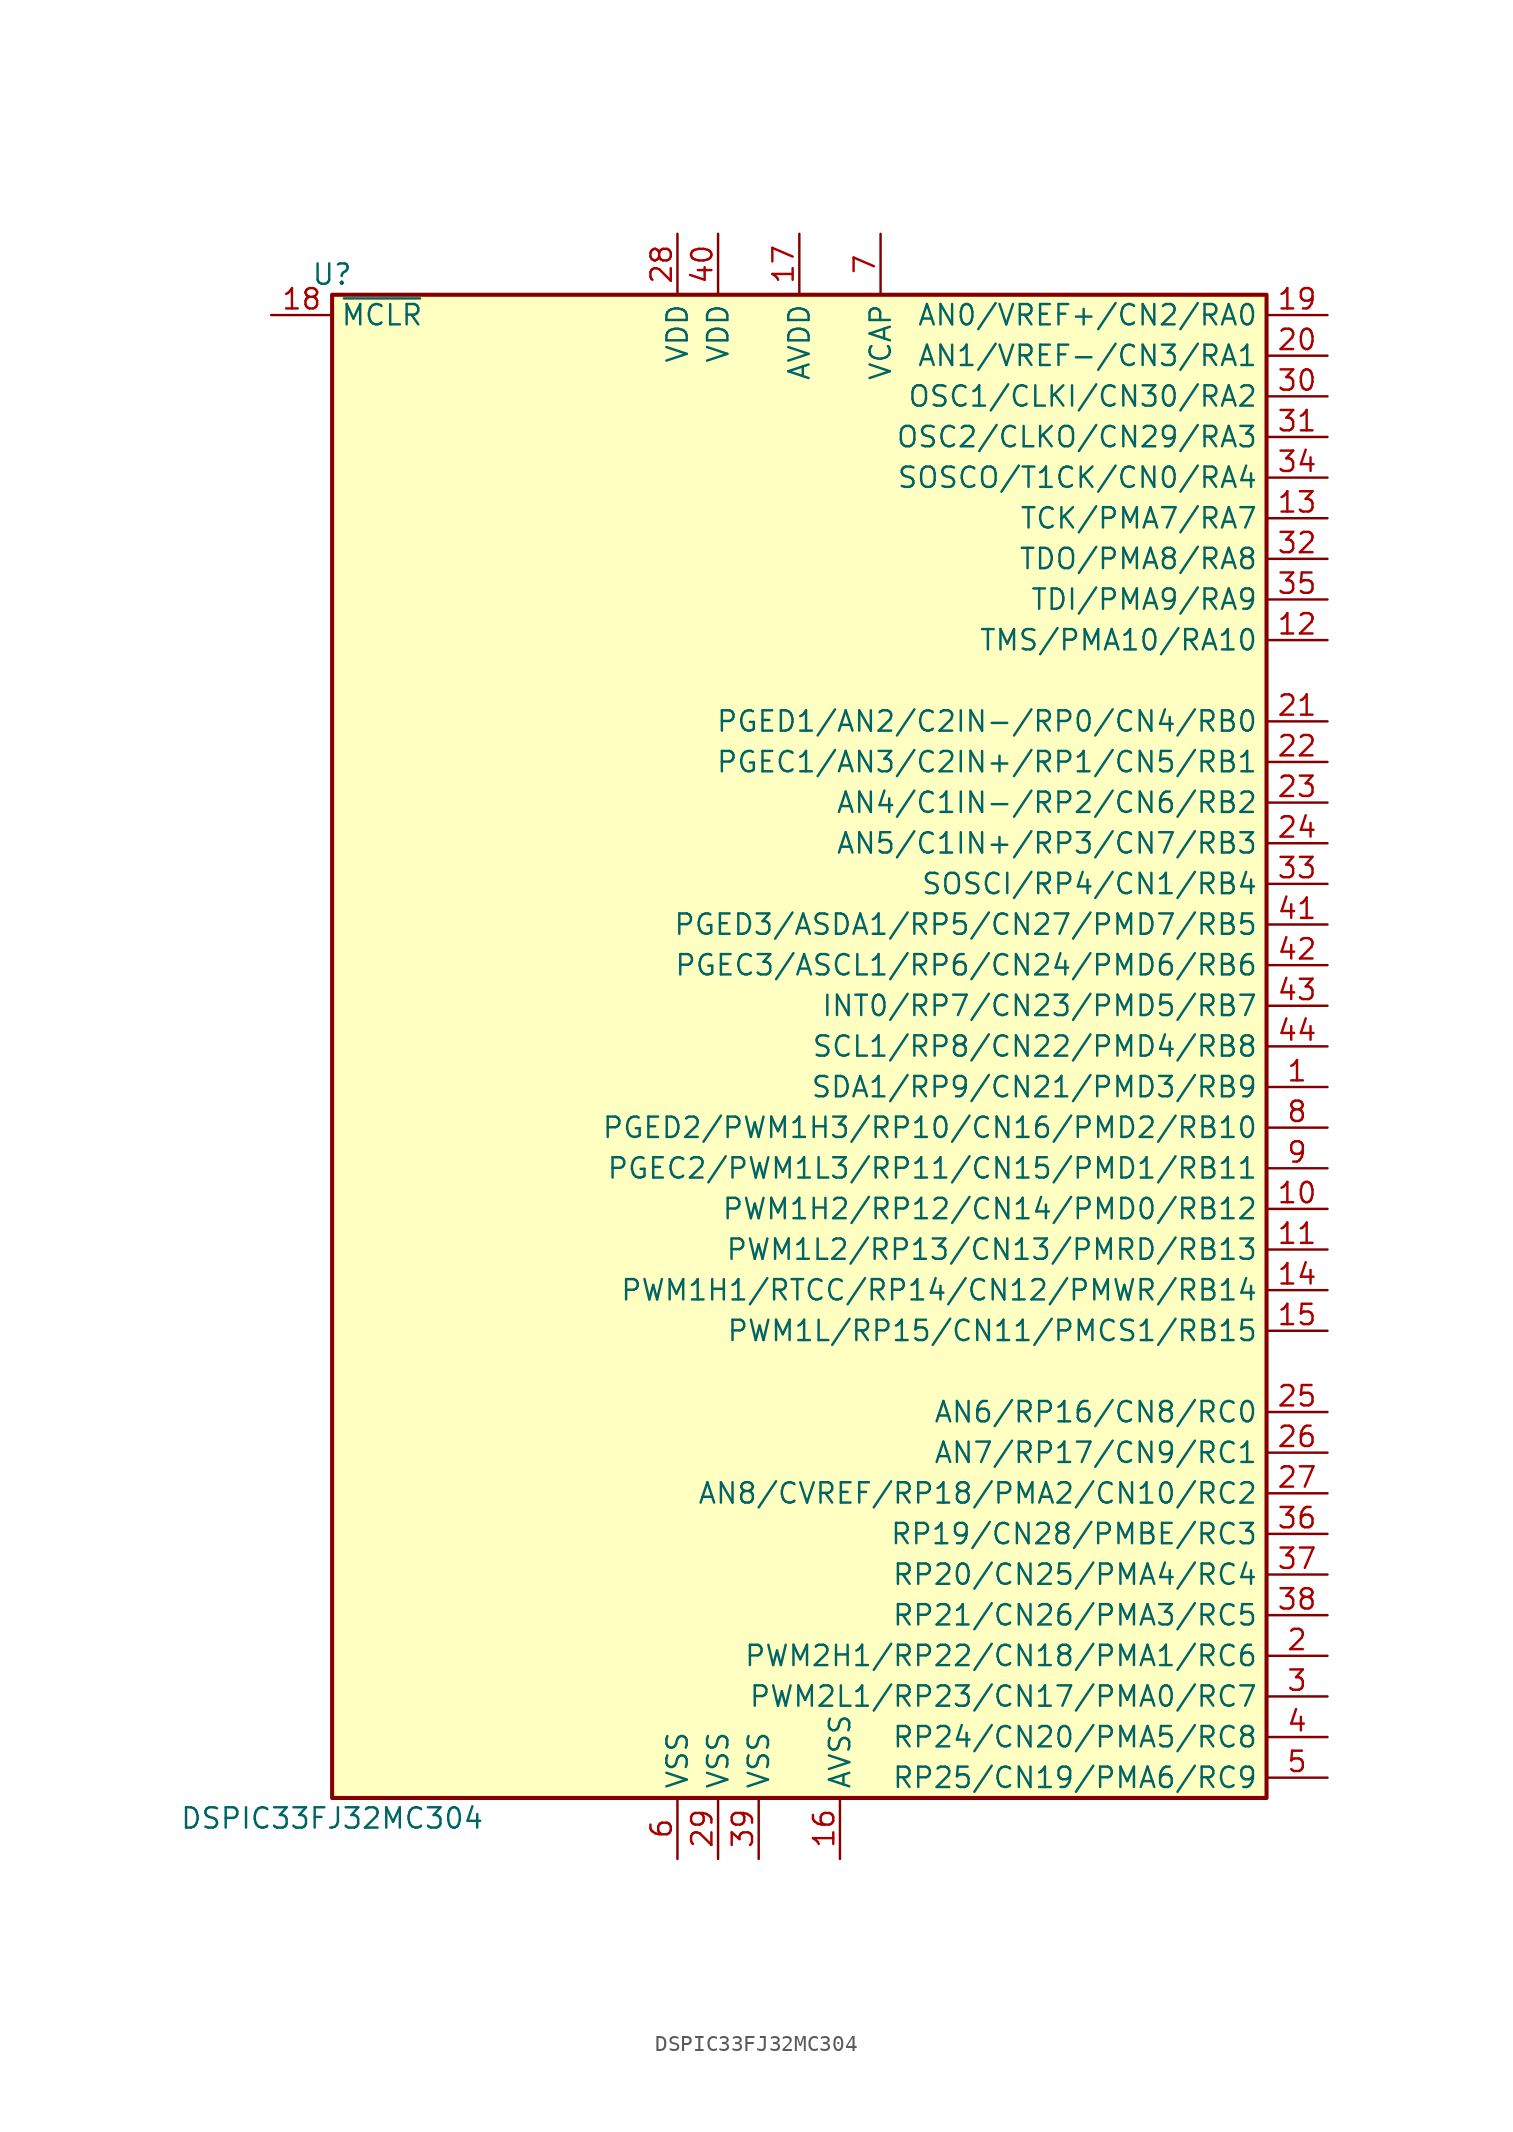
<source format=kicad_sym>
(kicad_symbol_lib
  (version 20231120)
  (generator "kicad_symbol_editor")
  (generator_version "8.0")
  (symbol "DSPIC33FJ32MC304"
    (property "Reference" "U"
      (at -29.21 48.26 0)
      (effects (font (size 1.27 1.27))))
    (property "Value" "DSPIC33FJ32MC304"
      (at -29.21 -48.26 0)
      (effects (font (size 1.27 1.27))))
    (symbol "DSPIC33FJ32MC304_1_1"
      (rectangle (start -29.21 46.99) (end 29.21 -46.99) (stroke (width 0.254) (type default)) (fill (type background)))
      (pin bidirectional line (at 33.02 -2.54 180) (length 3.81) (name "SDA1/RP9/CN21/PMD3/RB9" (effects (font (size 1.27 1.27)))) (number "1" (effects (font (size 1.27 1.27)))))
      (pin bidirectional line (at 33.02 -10.16 180) (length 3.81) (name "PWM1H2/RP12/CN14/PMD0/RB12" (effects (font (size 1.27 1.27)))) (number "10" (effects (font (size 1.27 1.27)))))
      (pin bidirectional line (at 33.02 -12.7 180) (length 3.81) (name "PWM1L2/RP13/CN13/PMRD/RB13" (effects (font (size 1.27 1.27)))) (number "11" (effects (font (size 1.27 1.27)))))
      (pin bidirectional line (at 33.02 25.4 180) (length 3.81) (name "TMS/PMA10/RA10" (effects (font (size 1.27 1.27)))) (number "12" (effects (font (size 1.27 1.27)))))
      (pin bidirectional line (at 33.02 33.02 180) (length 3.81) (name "TCK/PMA7/RA7" (effects (font (size 1.27 1.27)))) (number "13" (effects (font (size 1.27 1.27)))))
      (pin bidirectional line (at 33.02 -15.24 180) (length 3.81) (name "PWM1H1/RTCC/RP14/CN12/PMWR/RB14" (effects (font (size 1.27 1.27)))) (number "14" (effects (font (size 1.27 1.27)))))
      (pin bidirectional line (at 33.02 -17.78 180) (length 3.81) (name "PWM1L/RP15/CN11/PMCS1/RB15" (effects (font (size 1.27 1.27)))) (number "15" (effects (font (size 1.27 1.27)))))
      (pin power_in line (at 2.54 -50.8 90) (length 3.81) (name "AVSS" (effects (font (size 1.27 1.27)))) (number "16" (effects (font (size 1.27 1.27)))))
      (pin power_in line (at 0 50.8 270) (length 3.81) (name "AVDD" (effects (font (size 1.27 1.27)))) (number "17" (effects (font (size 1.27 1.27)))))
      (pin input line (at -33.02 45.72 0) (length 3.81) (name "~{MCLR}" (effects (font (size 1.27 1.27)))) (number "18" (effects (font (size 1.27 1.27)))))
      (pin bidirectional line (at 33.02 45.72 180) (length 3.81) (name "AN0/VREF+/CN2/RA0" (effects (font (size 1.27 1.27)))) (number "19" (effects (font (size 1.27 1.27)))))
      (pin bidirectional line (at 33.02 -38.1 180) (length 3.81) (name "PWM2H1/RP22/CN18/PMA1/RC6" (effects (font (size 1.27 1.27)))) (number "2" (effects (font (size 1.27 1.27)))))
      (pin bidirectional line (at 33.02 43.18 180) (length 3.81) (name "AN1/VREF-/CN3/RA1" (effects (font (size 1.27 1.27)))) (number "20" (effects (font (size 1.27 1.27)))))
      (pin bidirectional line (at 33.02 20.32 180) (length 3.81) (name "PGED1/AN2/C2IN-/RP0/CN4/RB0" (effects (font (size 1.27 1.27)))) (number "21" (effects (font (size 1.27 1.27)))))
      (pin bidirectional line (at 33.02 17.78 180) (length 3.81) (name "PGEC1/AN3/C2IN+/RP1/CN5/RB1" (effects (font (size 1.27 1.27)))) (number "22" (effects (font (size 1.27 1.27)))))
      (pin bidirectional line (at 33.02 15.24 180) (length 3.81) (name "AN4/C1IN-/RP2/CN6/RB2" (effects (font (size 1.27 1.27)))) (number "23" (effects (font (size 1.27 1.27)))))
      (pin bidirectional line (at 33.02 12.7 180) (length 3.81) (name "AN5/C1IN+/RP3/CN7/RB3" (effects (font (size 1.27 1.27)))) (number "24" (effects (font (size 1.27 1.27)))))
      (pin bidirectional line (at 33.02 -22.86 180) (length 3.81) (name "AN6/RP16/CN8/RC0" (effects (font (size 1.27 1.27)))) (number "25" (effects (font (size 1.27 1.27)))))
      (pin bidirectional line (at 33.02 -25.4 180) (length 3.81) (name "AN7/RP17/CN9/RC1" (effects (font (size 1.27 1.27)))) (number "26" (effects (font (size 1.27 1.27)))))
      (pin bidirectional line (at 33.02 -27.94 180) (length 3.81) (name "AN8/CVREF/RP18/PMA2/CN10/RC2" (effects (font (size 1.27 1.27)))) (number "27" (effects (font (size 1.27 1.27)))))
      (pin power_in line (at -7.62 50.8 270) (length 3.81) (name "VDD" (effects (font (size 1.27 1.27)))) (number "28" (effects (font (size 1.27 1.27)))))
      (pin power_in line (at -5.08 -50.8 90) (length 3.81) (name "VSS" (effects (font (size 1.27 1.27)))) (number "29" (effects (font (size 1.27 1.27)))))
      (pin bidirectional line (at 33.02 -40.64 180) (length 3.81) (name "PWM2L1/RP23/CN17/PMA0/RC7" (effects (font (size 1.27 1.27)))) (number "3" (effects (font (size 1.27 1.27)))))
      (pin input line (at 33.02 40.64 180) (length 3.81) (name "OSC1/CLKI/CN30/RA2" (effects (font (size 1.27 1.27)))) (number "30" (effects (font (size 1.27 1.27)))))
      (pin input line (at 33.02 38.1 180) (length 3.81) (name "OSC2/CLKO/CN29/RA3" (effects (font (size 1.27 1.27)))) (number "31" (effects (font (size 1.27 1.27)))))
      (pin input line (at 33.02 30.48 180) (length 3.81) (name "TDO/PMA8/RA8" (effects (font (size 1.27 1.27)))) (number "32" (effects (font (size 1.27 1.27)))))
      (pin input line (at 33.02 10.16 180) (length 3.81) (name "SOSCI/RP4/CN1/RB4" (effects (font (size 1.27 1.27)))) (number "33" (effects (font (size 1.27 1.27)))))
      (pin input line (at 33.02 35.56 180) (length 3.81) (name "SOSCO/T1CK/CN0/RA4" (effects (font (size 1.27 1.27)))) (number "34" (effects (font (size 1.27 1.27)))))
      (pin input line (at 33.02 27.94 180) (length 3.81) (name "TDI/PMA9/RA9" (effects (font (size 1.27 1.27)))) (number "35" (effects (font (size 1.27 1.27)))))
      (pin input line (at 33.02 -30.48 180) (length 3.81) (name "RP19/CN28/PMBE/RC3" (effects (font (size 1.27 1.27)))) (number "36" (effects (font (size 1.27 1.27)))))
      (pin input line (at 33.02 -33.02 180) (length 3.81) (name "RP20/CN25/PMA4/RC4" (effects (font (size 1.27 1.27)))) (number "37" (effects (font (size 1.27 1.27)))))
      (pin input line (at 33.02 -35.56 180) (length 3.81) (name "RP21/CN26/PMA3/RC5" (effects (font (size 1.27 1.27)))) (number "38" (effects (font (size 1.27 1.27)))))
      (pin power_in line (at -2.54 -50.8 90) (length 3.81) (name "VSS" (effects (font (size 1.27 1.27)))) (number "39" (effects (font (size 1.27 1.27)))))
      (pin bidirectional line (at 33.02 -43.18 180) (length 3.81) (name "RP24/CN20/PMA5/RC8" (effects (font (size 1.27 1.27)))) (number "4" (effects (font (size 1.27 1.27)))))
      (pin power_in line (at -5.08 50.8 270) (length 3.81) (name "VDD" (effects (font (size 1.27 1.27)))) (number "40" (effects (font (size 1.27 1.27)))))
      (pin input line (at 33.02 7.62 180) (length 3.81) (name "PGED3/ASDA1/RP5/CN27/PMD7/RB5" (effects (font (size 1.27 1.27)))) (number "41" (effects (font (size 1.27 1.27)))))
      (pin input line (at 33.02 5.08 180) (length 3.81) (name "PGEC3/ASCL1/RP6/CN24/PMD6/RB6" (effects (font (size 1.27 1.27)))) (number "42" (effects (font (size 1.27 1.27)))))
      (pin input line (at 33.02 2.54 180) (length 3.81) (name "INT0/RP7/CN23/PMD5/RB7" (effects (font (size 1.27 1.27)))) (number "43" (effects (font (size 1.27 1.27)))))
      (pin input line (at 33.02 0 180) (length 3.81) (name "SCL1/RP8/CN22/PMD4/RB8" (effects (font (size 1.27 1.27)))) (number "44" (effects (font (size 1.27 1.27)))))
      (pin bidirectional line (at 33.02 -45.72 180) (length 3.81) (name "RP25/CN19/PMA6/RC9" (effects (font (size 1.27 1.27)))) (number "5" (effects (font (size 1.27 1.27)))))
      (pin power_in line (at -7.62 -50.8 90) (length 3.81) (name "VSS" (effects (font (size 1.27 1.27)))) (number "6" (effects (font (size 1.27 1.27)))))
      (pin power_in line (at 5.08 50.8 270) (length 3.81) (name "VCAP" (effects (font (size 1.27 1.27)))) (number "7" (effects (font (size 1.27 1.27)))))
      (pin bidirectional line (at 33.02 -5.08 180) (length 3.81) (name "PGED2/PWM1H3/RP10/CN16/PMD2/RB10" (effects (font (size 1.27 1.27)))) (number "8" (effects (font (size 1.27 1.27)))))
      (pin bidirectional line (at 33.02 -7.62 180) (length 3.81) (name "PGEC2/PWM1L3/RP11/CN15/PMD1/RB11" (effects (font (size 1.27 1.27)))) (number "9" (effects (font (size 1.27 1.27))))))))
</source>
